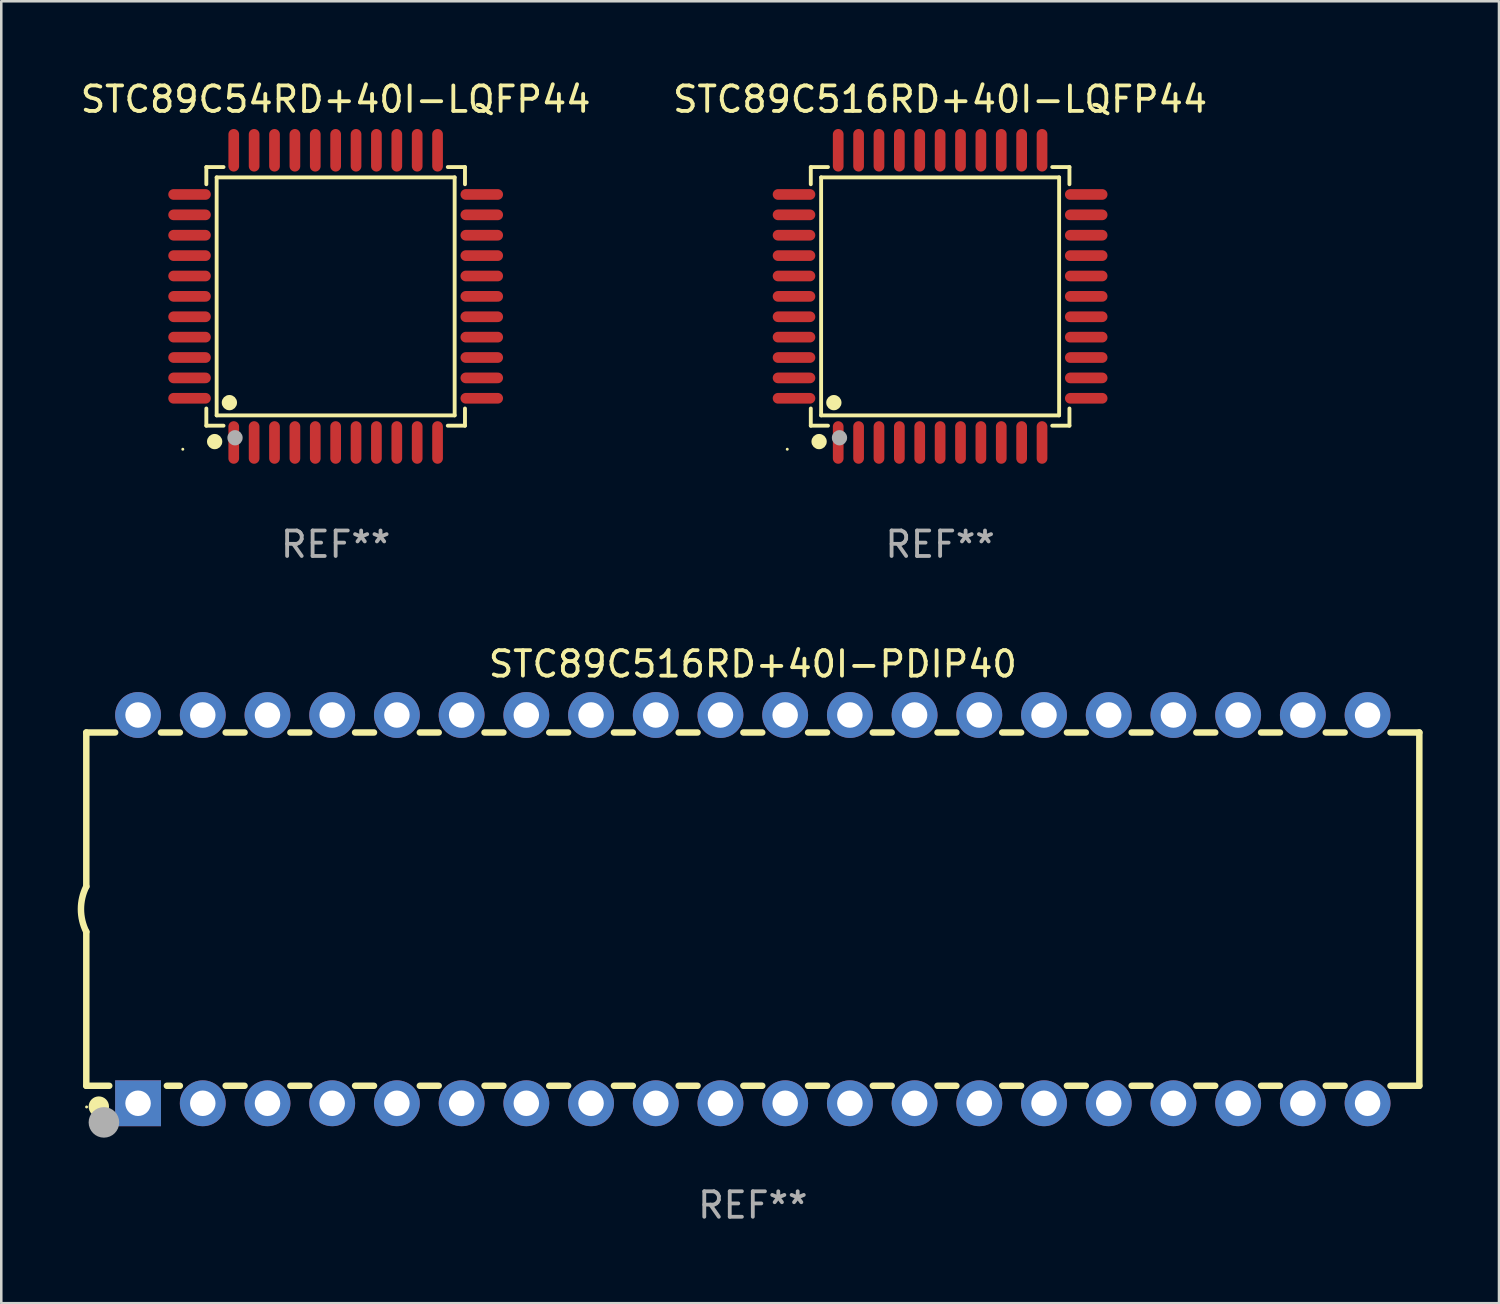
<source format=kicad_pcb>
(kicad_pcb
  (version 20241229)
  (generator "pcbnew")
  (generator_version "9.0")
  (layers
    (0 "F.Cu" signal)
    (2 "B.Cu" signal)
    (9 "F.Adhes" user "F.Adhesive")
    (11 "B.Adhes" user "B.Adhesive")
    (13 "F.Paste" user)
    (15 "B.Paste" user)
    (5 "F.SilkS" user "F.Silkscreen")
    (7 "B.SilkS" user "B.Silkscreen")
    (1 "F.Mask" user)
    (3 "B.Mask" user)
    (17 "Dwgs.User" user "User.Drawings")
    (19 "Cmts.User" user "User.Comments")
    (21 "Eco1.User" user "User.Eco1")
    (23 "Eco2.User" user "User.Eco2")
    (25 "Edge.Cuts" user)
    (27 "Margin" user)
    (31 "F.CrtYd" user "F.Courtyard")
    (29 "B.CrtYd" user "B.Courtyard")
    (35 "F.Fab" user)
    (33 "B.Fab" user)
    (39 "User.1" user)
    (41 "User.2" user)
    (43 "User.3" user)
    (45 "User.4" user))
  (footprint "STC89C516RD+40I-PDIP40"
    (layer "F.Cu")
    (at 26.499 32.635)
    (property "Reference" "STC89C516RD+40I-PDIP40" (at 0 -9.62 0) (layer "F.SilkS") (effects (font (size 1 1) (thickness 0.15))))
    (attr through_hole)
    (fp_line (start -26.162 -6.934) (end -26.162 -0.889) (stroke (width 0.254) (type solid)) (layer "F.SilkS"))
    (fp_line (start -26.162 -6.934) (end -25.029 -6.934) (stroke (width 0.254) (type solid)) (layer "F.SilkS"))
    (fp_line (start -26.162 6.934) (end -26.162 0.889) (stroke (width 0.254) (type solid)) (layer "F.SilkS"))
    (fp_line (start -26.162 6.934) (end -25.261 6.934) (stroke (width 0.254) (type solid)) (layer "F.SilkS"))
    (fp_line (start -23.231 -6.934) (end -22.489 -6.934) (stroke (width 0.254) (type solid)) (layer "F.SilkS"))
    (fp_line (start -22.999 6.934) (end -22.489 6.934) (stroke (width 0.254) (type solid)) (layer "F.SilkS"))
    (fp_line (start -20.691 -6.934) (end -19.949 -6.934) (stroke (width 0.254) (type solid)) (layer "F.SilkS"))
    (fp_line (start -20.691 6.934) (end -19.949 6.934) (stroke (width 0.254) (type solid)) (layer "F.SilkS"))
    (fp_line (start -18.151 -6.934) (end -17.409 -6.934) (stroke (width 0.254) (type solid)) (layer "F.SilkS"))
    (fp_line (start -18.151 6.934) (end -17.409 6.934) (stroke (width 0.254) (type solid)) (layer "F.SilkS"))
    (fp_line (start -15.611 -6.934) (end -14.869 -6.934) (stroke (width 0.254) (type solid)) (layer "F.SilkS"))
    (fp_line (start -15.611 6.934) (end -14.869 6.934) (stroke (width 0.254) (type solid)) (layer "F.SilkS"))
    (fp_line (start -13.071 -6.934) (end -12.329 -6.934) (stroke (width 0.254) (type solid)) (layer "F.SilkS"))
    (fp_line (start -13.071 6.934) (end -12.329 6.934) (stroke (width 0.254) (type solid)) (layer "F.SilkS"))
    (fp_line (start -10.531 -6.934) (end -9.789 -6.934) (stroke (width 0.254) (type solid)) (layer "F.SilkS"))
    (fp_line (start -10.531 6.934) (end -9.789 6.934) (stroke (width 0.254) (type solid)) (layer "F.SilkS"))
    (fp_line (start -7.991 -6.934) (end -7.249 -6.934) (stroke (width 0.254) (type solid)) (layer "F.SilkS"))
    (fp_line (start -7.991 6.934) (end -7.249 6.934) (stroke (width 0.254) (type solid)) (layer "F.SilkS"))
    (fp_line (start -5.451 -6.934) (end -4.709 -6.934) (stroke (width 0.254) (type solid)) (layer "F.SilkS"))
    (fp_line (start -5.451 6.934) (end -4.709 6.934) (stroke (width 0.254) (type solid)) (layer "F.SilkS"))
    (fp_line (start -2.911 -6.934) (end -2.169 -6.934) (stroke (width 0.254) (type solid)) (layer "F.SilkS"))
    (fp_line (start -2.911 6.934) (end -2.169 6.934) (stroke (width 0.254) (type solid)) (layer "F.SilkS"))
    (fp_line (start -0.371 -6.934) (end 0.371 -6.934) (stroke (width 0.254) (type solid)) (layer "F.SilkS"))
    (fp_line (start -0.371 6.934) (end 0.371 6.934) (stroke (width 0.254) (type solid)) (layer "F.SilkS"))
    (fp_line (start 2.169 -6.934) (end 2.911 -6.934) (stroke (width 0.254) (type solid)) (layer "F.SilkS"))
    (fp_line (start 2.169 6.934) (end 2.911 6.934) (stroke (width 0.254) (type solid)) (layer "F.SilkS"))
    (fp_line (start 4.709 -6.934) (end 5.451 -6.934) (stroke (width 0.254) (type solid)) (layer "F.SilkS"))
    (fp_line (start 4.709 6.934) (end 5.451 6.934) (stroke (width 0.254) (type solid)) (layer "F.SilkS"))
    (fp_line (start 7.249 -6.934) (end 7.991 -6.934) (stroke (width 0.254) (type solid)) (layer "F.SilkS"))
    (fp_line (start 7.249 6.934) (end 7.991 6.934) (stroke (width 0.254) (type solid)) (layer "F.SilkS"))
    (fp_line (start 9.789 -6.934) (end 10.531 -6.934) (stroke (width 0.254) (type solid)) (layer "F.SilkS"))
    (fp_line (start 9.789 6.934) (end 10.531 6.934) (stroke (width 0.254) (type solid)) (layer "F.SilkS"))
    (fp_line (start 12.329 -6.934) (end 13.071 -6.934) (stroke (width 0.254) (type solid)) (layer "F.SilkS"))
    (fp_line (start 12.329 6.934) (end 13.071 6.934) (stroke (width 0.254) (type solid)) (layer "F.SilkS"))
    (fp_line (start 14.869 -6.934) (end 15.611 -6.934) (stroke (width 0.254) (type solid)) (layer "F.SilkS"))
    (fp_line (start 14.869 6.934) (end 15.611 6.934) (stroke (width 0.254) (type solid)) (layer "F.SilkS"))
    (fp_line (start 17.409 -6.934) (end 18.151 -6.934) (stroke (width 0.254) (type solid)) (layer "F.SilkS"))
    (fp_line (start 17.409 6.934) (end 18.151 6.934) (stroke (width 0.254) (type solid)) (layer "F.SilkS"))
    (fp_line (start 19.949 -6.934) (end 20.691 -6.934) (stroke (width 0.254) (type solid)) (layer "F.SilkS"))
    (fp_line (start 19.949 6.934) (end 20.691 6.934) (stroke (width 0.254) (type solid)) (layer "F.SilkS"))
    (fp_line (start 22.489 -6.934) (end 23.231 -6.934) (stroke (width 0.254) (type solid)) (layer "F.SilkS"))
    (fp_line (start 22.489 6.934) (end 23.231 6.934) (stroke (width 0.254) (type solid)) (layer "F.SilkS"))
    (fp_line (start 25.029 -6.934) (end 26.162 -6.934) (stroke (width 0.254) (type solid)) (layer "F.SilkS"))
    (fp_line (start 25.029 6.934) (end 26.162 6.934) (stroke (width 0.254) (type solid)) (layer "F.SilkS"))
    (fp_line (start 26.162 -6.934) (end 26.162 6.934) (stroke (width 0.254) (type solid)) (layer "F.SilkS"))
    (fp_arc (start -26.162052 0.889001) (mid -26.371917 0) (end -26.162052 -0.889002) (stroke (width 0.254001) (type solid)) (layer "F.SilkS"))
    (fp_circle (center -26.15 7.765) (end -26.12 7.765) (stroke (width 0.06) (type solid)) (fill no) (layer "F.SilkS"))
    (fp_circle (center -25.67 7.75) (end -25.47 7.75) (stroke (width 0.4) (type solid)) (fill no) (layer "F.SilkS"))
    (fp_circle (center -25.47 8.37) (end -25.17 8.37) (stroke (width 0.6) (type solid)) (fill no) (layer "F.Fab"))
    (fp_text user "REF**" (at 0 11.62 0) (layer "F.Fab") (effects (font (size 1 1) (thickness 0.15))))
    (pad "1" thru_hole rect (at -24.13 7.62) (size 1.8 1.8) (drill 1) (layers "*.Cu" "*.Mask"))
    (pad "2" thru_hole circle (at -21.59 7.62) (size 1.8 1.8) (drill 1) (layers "*.Cu" "*.Mask"))
    (pad "3" thru_hole circle (at -19.05 7.62) (size 1.8 1.8) (drill 1) (layers "*.Cu" "*.Mask"))
    (pad "4" thru_hole circle (at -16.51 7.62) (size 1.8 1.8) (drill 1) (layers "*.Cu" "*.Mask"))
    (pad "5" thru_hole circle (at -13.97 7.62) (size 1.8 1.8) (drill 1) (layers "*.Cu" "*.Mask"))
    (pad "6" thru_hole circle (at -11.43 7.62) (size 1.8 1.8) (drill 1) (layers "*.Cu" "*.Mask"))
    (pad "7" thru_hole circle (at -8.89 7.62) (size 1.8 1.8) (drill 1) (layers "*.Cu" "*.Mask"))
    (pad "8" thru_hole circle (at -6.35 7.62) (size 1.8 1.8) (drill 1) (layers "*.Cu" "*.Mask"))
    (pad "9" thru_hole circle (at -3.81 7.62) (size 1.8 1.8) (drill 1) (layers "*.Cu" "*.Mask"))
    (pad "10" thru_hole circle (at -1.27 7.62) (size 1.8 1.8) (drill 1) (layers "*.Cu" "*.Mask"))
    (pad "11" thru_hole circle (at 1.27 7.62) (size 1.8 1.8) (drill 1) (layers "*.Cu" "*.Mask"))
    (pad "12" thru_hole circle (at 3.81 7.62) (size 1.8 1.8) (drill 1) (layers "*.Cu" "*.Mask"))
    (pad "13" thru_hole circle (at 6.35 7.62) (size 1.8 1.8) (drill 1) (layers "*.Cu" "*.Mask"))
    (pad "14" thru_hole circle (at 8.89 7.62) (size 1.8 1.8) (drill 1) (layers "*.Cu" "*.Mask"))
    (pad "15" thru_hole circle (at 11.43 7.62) (size 1.8 1.8) (drill 1) (layers "*.Cu" "*.Mask"))
    (pad "16" thru_hole circle (at 13.97 7.62) (size 1.8 1.8) (drill 1) (layers "*.Cu" "*.Mask"))
    (pad "17" thru_hole circle (at 16.51 7.62) (size 1.8 1.8) (drill 1) (layers "*.Cu" "*.Mask"))
    (pad "18" thru_hole circle (at 19.05 7.62) (size 1.8 1.8) (drill 1) (layers "*.Cu" "*.Mask"))
    (pad "19" thru_hole circle (at 21.59 7.62) (size 1.8 1.8) (drill 1) (layers "*.Cu" "*.Mask"))
    (pad "20" thru_hole circle (at 24.13 7.62) (size 1.8 1.8) (drill 1) (layers "*.Cu" "*.Mask"))
    (pad "21" thru_hole circle (at 24.13 -7.62) (size 1.8 1.8) (drill 1) (layers "*.Cu" "*.Mask"))
    (pad "22" thru_hole circle (at 21.59 -7.62) (size 1.8 1.8) (drill 1) (layers "*.Cu" "*.Mask"))
    (pad "23" thru_hole circle (at 19.05 -7.62) (size 1.8 1.8) (drill 1) (layers "*.Cu" "*.Mask"))
    (pad "24" thru_hole circle (at 16.51 -7.62) (size 1.8 1.8) (drill 1) (layers "*.Cu" "*.Mask"))
    (pad "25" thru_hole circle (at 13.97 -7.62) (size 1.8 1.8) (drill 1) (layers "*.Cu" "*.Mask"))
    (pad "26" thru_hole circle (at 11.43 -7.62) (size 1.8 1.8) (drill 1) (layers "*.Cu" "*.Mask"))
    (pad "27" thru_hole circle (at 8.89 -7.62) (size 1.8 1.8) (drill 1) (layers "*.Cu" "*.Mask"))
    (pad "28" thru_hole circle (at 6.35 -7.62) (size 1.8 1.8) (drill 1) (layers "*.Cu" "*.Mask"))
    (pad "29" thru_hole circle (at 3.81 -7.62) (size 1.8 1.8) (drill 1) (layers "*.Cu" "*.Mask"))
    (pad "30" thru_hole circle (at 1.27 -7.62) (size 1.8 1.8) (drill 1) (layers "*.Cu" "*.Mask"))
    (pad "31" thru_hole circle (at -1.27 -7.62) (size 1.8 1.8) (drill 1) (layers "*.Cu" "*.Mask"))
    (pad "32" thru_hole circle (at -3.81 -7.62) (size 1.8 1.8) (drill 1) (layers "*.Cu" "*.Mask"))
    (pad "33" thru_hole circle (at -6.35 -7.62) (size 1.8 1.8) (drill 1) (layers "*.Cu" "*.Mask"))
    (pad "34" thru_hole circle (at -8.89 -7.62) (size 1.8 1.8) (drill 1) (layers "*.Cu" "*.Mask"))
    (pad "35" thru_hole circle (at -11.43 -7.62) (size 1.8 1.8) (drill 1) (layers "*.Cu" "*.Mask"))
    (pad "36" thru_hole circle (at -13.97 -7.62) (size 1.8 1.8) (drill 1) (layers "*.Cu" "*.Mask"))
    (pad "37" thru_hole circle (at -16.51 -7.62) (size 1.8 1.8) (drill 1) (layers "*.Cu" "*.Mask"))
    (pad "38" thru_hole circle (at -19.05 -7.62) (size 1.8 1.8) (drill 1) (layers "*.Cu" "*.Mask"))
    (pad "39" thru_hole circle (at -21.59 -7.62) (size 1.8 1.8) (drill 1) (layers "*.Cu" "*.Mask"))
    (pad "40" thru_hole circle (at -24.13 -7.62) (size 1.8 1.8) (drill 1) (layers "*.Cu" "*.Mask")))
  (footprint "STC89C516RD+40I-LQFP44"
    (layer "F.Cu")
    (at 33.851 8.583)
    (property "Reference" "STC89C516RD+40I-LQFP44" (at 0 -7.735 0) (layer "F.SilkS") (effects (font (size 1 1) (thickness 0.15))))
    (attr through_hole)
    (fp_line (start -5.076 -5.076) (end -4.401 -5.076) (stroke (width 0.152) (type solid)) (layer "F.SilkS"))
    (fp_line (start -5.076 -4.401) (end -5.076 -5.076) (stroke (width 0.152) (type solid)) (layer "F.SilkS"))
    (fp_line (start -5.076 4.401) (end -5.076 5.076) (stroke (width 0.152) (type solid)) (layer "F.SilkS"))
    (fp_line (start -5.076 5.076) (end -4.401 5.076) (stroke (width 0.152) (type solid)) (layer "F.SilkS"))
    (fp_line (start -4.671 -4.671) (end 4.671 -4.671) (stroke (width 0.152) (type solid)) (layer "F.SilkS"))
    (fp_line (start -4.671 4.671) (end -4.671 -4.671) (stroke (width 0.152) (type solid)) (layer "F.SilkS"))
    (fp_line (start 4.671 -4.671) (end 4.671 4.671) (stroke (width 0.152) (type solid)) (layer "F.SilkS"))
    (fp_line (start 4.671 4.671) (end -4.671 4.671) (stroke (width 0.152) (type solid)) (layer "F.SilkS"))
    (fp_line (start 5.076 -5.076) (end 4.401 -5.076) (stroke (width 0.152) (type solid)) (layer "F.SilkS"))
    (fp_line (start 5.076 -4.401) (end 5.076 -5.076) (stroke (width 0.152) (type solid)) (layer "F.SilkS"))
    (fp_line (start 5.076 4.401) (end 5.076 5.076) (stroke (width 0.152) (type solid)) (layer "F.SilkS"))
    (fp_line (start 5.076 5.076) (end 4.401 5.076) (stroke (width 0.152) (type solid)) (layer "F.SilkS"))
    (fp_circle (center -6 6) (end -5.97 6) (stroke (width 0.06) (type solid)) (fill no) (layer "F.SilkS"))
    (fp_circle (center -4.75 5.7) (end -4.6 5.7) (stroke (width 0.3) (type solid)) (fill no) (layer "F.SilkS"))
    (fp_circle (center -4.171 4.171) (end -4.021 4.171) (stroke (width 0.3) (type solid)) (fill no) (layer "F.SilkS"))
    (fp_circle (center -3.95 5.55) (end -3.8 5.55) (stroke (width 0.3) (type solid)) (fill no) (layer "F.Fab"))
    (fp_text user "REF**" (at 0 9.735 0) (layer "F.Fab") (effects (font (size 1 1) (thickness 0.15))))
    (pad "1" smd oval (at -4 5.735) (size 0.42 1.67) (layers "F.Cu" "F.Mask" "F.Paste"))
    (pad "2" smd oval (at -3.2 5.735) (size 0.42 1.67) (layers "F.Cu" "F.Mask" "F.Paste"))
    (pad "3" smd oval (at -2.4 5.735) (size 0.42 1.67) (layers "F.Cu" "F.Mask" "F.Paste"))
    (pad "4" smd oval (at -1.6 5.735) (size 0.42 1.67) (layers "F.Cu" "F.Mask" "F.Paste"))
    (pad "5" smd oval (at -0.8 5.735) (size 0.42 1.67) (layers "F.Cu" "F.Mask" "F.Paste"))
    (pad "6" smd oval (at 0 5.735) (size 0.42 1.67) (layers "F.Cu" "F.Mask" "F.Paste"))
    (pad "7" smd oval (at 0.8 5.735) (size 0.42 1.67) (layers "F.Cu" "F.Mask" "F.Paste"))
    (pad "8" smd oval (at 1.6 5.735) (size 0.42 1.67) (layers "F.Cu" "F.Mask" "F.Paste"))
    (pad "9" smd oval (at 2.4 5.735) (size 0.42 1.67) (layers "F.Cu" "F.Mask" "F.Paste"))
    (pad "10" smd oval (at 3.2 5.735) (size 0.42 1.67) (layers "F.Cu" "F.Mask" "F.Paste"))
    (pad "11" smd oval (at 4 5.735) (size 0.42 1.67) (layers "F.Cu" "F.Mask" "F.Paste"))
    (pad "12" smd oval (at 5.735 4) (size 1.67 0.42) (layers "F.Cu" "F.Mask" "F.Paste"))
    (pad "13" smd oval (at 5.735 3.2) (size 1.67 0.42) (layers "F.Cu" "F.Mask" "F.Paste"))
    (pad "14" smd oval (at 5.735 2.4) (size 1.67 0.42) (layers "F.Cu" "F.Mask" "F.Paste"))
    (pad "15" smd oval (at 5.735 1.6) (size 1.67 0.42) (layers "F.Cu" "F.Mask" "F.Paste"))
    (pad "16" smd oval (at 5.735 0.8) (size 1.67 0.42) (layers "F.Cu" "F.Mask" "F.Paste"))
    (pad "17" smd oval (at 5.735 0) (size 1.67 0.42) (layers "F.Cu" "F.Mask" "F.Paste"))
    (pad "18" smd oval (at 5.735 -0.8) (size 1.67 0.42) (layers "F.Cu" "F.Mask" "F.Paste"))
    (pad "19" smd oval (at 5.735 -1.6) (size 1.67 0.42) (layers "F.Cu" "F.Mask" "F.Paste"))
    (pad "20" smd oval (at 5.735 -2.4) (size 1.67 0.42) (layers "F.Cu" "F.Mask" "F.Paste"))
    (pad "21" smd oval (at 5.735 -3.2) (size 1.67 0.42) (layers "F.Cu" "F.Mask" "F.Paste"))
    (pad "22" smd oval (at 5.735 -4) (size 1.67 0.42) (layers "F.Cu" "F.Mask" "F.Paste"))
    (pad "23" smd oval (at 4 -5.735) (size 0.42 1.67) (layers "F.Cu" "F.Mask" "F.Paste"))
    (pad "24" smd oval (at 3.2 -5.735) (size 0.42 1.67) (layers "F.Cu" "F.Mask" "F.Paste"))
    (pad "25" smd oval (at 2.4 -5.735) (size 0.42 1.67) (layers "F.Cu" "F.Mask" "F.Paste"))
    (pad "26" smd oval (at 1.6 -5.735) (size 0.42 1.67) (layers "F.Cu" "F.Mask" "F.Paste"))
    (pad "27" smd oval (at 0.8 -5.735) (size 0.42 1.67) (layers "F.Cu" "F.Mask" "F.Paste"))
    (pad "28" smd oval (at 0 -5.735) (size 0.42 1.67) (layers "F.Cu" "F.Mask" "F.Paste"))
    (pad "29" smd oval (at -0.8 -5.735) (size 0.42 1.67) (layers "F.Cu" "F.Mask" "F.Paste"))
    (pad "30" smd oval (at -1.6 -5.735) (size 0.42 1.67) (layers "F.Cu" "F.Mask" "F.Paste"))
    (pad "31" smd oval (at -2.4 -5.735) (size 0.42 1.67) (layers "F.Cu" "F.Mask" "F.Paste"))
    (pad "32" smd oval (at -3.2 -5.735) (size 0.42 1.67) (layers "F.Cu" "F.Mask" "F.Paste"))
    (pad "33" smd oval (at -4 -5.735) (size 0.42 1.67) (layers "F.Cu" "F.Mask" "F.Paste"))
    (pad "34" smd oval (at -5.735 -4) (size 1.67 0.42) (layers "F.Cu" "F.Mask" "F.Paste"))
    (pad "35" smd oval (at -5.735 -3.2) (size 1.67 0.42) (layers "F.Cu" "F.Mask" "F.Paste"))
    (pad "36" smd oval (at -5.735 -2.4) (size 1.67 0.42) (layers "F.Cu" "F.Mask" "F.Paste"))
    (pad "37" smd oval (at -5.735 -1.6) (size 1.67 0.42) (layers "F.Cu" "F.Mask" "F.Paste"))
    (pad "38" smd oval (at -5.735 -0.8) (size 1.67 0.42) (layers "F.Cu" "F.Mask" "F.Paste"))
    (pad "39" smd oval (at -5.735 0) (size 1.67 0.42) (layers "F.Cu" "F.Mask" "F.Paste"))
    (pad "40" smd oval (at -5.735 0.8) (size 1.67 0.42) (layers "F.Cu" "F.Mask" "F.Paste"))
    (pad "41" smd oval (at -5.735 1.6) (size 1.67 0.42) (layers "F.Cu" "F.Mask" "F.Paste"))
    (pad "42" smd oval (at -5.735 2.4) (size 1.67 0.42) (layers "F.Cu" "F.Mask" "F.Paste"))
    (pad "43" smd oval (at -5.735 3.2) (size 1.67 0.42) (layers "F.Cu" "F.Mask" "F.Paste"))
    (pad "44" smd oval (at -5.735 4) (size 1.67 0.42) (layers "F.Cu" "F.Mask" "F.Paste")))
  (footprint "STC89C54RD+40I-LQFP44"
    (layer "F.Cu")
    (at 10.125 8.583)
    (property "Reference" "STC89C54RD+40I-LQFP44" (at 0 -7.735 0) (layer "F.SilkS") (effects (font (size 1 1) (thickness 0.15))))
    (attr through_hole)
    (fp_line (start -5.076 -5.076) (end -4.401 -5.076) (stroke (width 0.152) (type solid)) (layer "F.SilkS"))
    (fp_line (start -5.076 -4.401) (end -5.076 -5.076) (stroke (width 0.152) (type solid)) (layer "F.SilkS"))
    (fp_line (start -5.076 4.401) (end -5.076 5.076) (stroke (width 0.152) (type solid)) (layer "F.SilkS"))
    (fp_line (start -5.076 5.076) (end -4.401 5.076) (stroke (width 0.152) (type solid)) (layer "F.SilkS"))
    (fp_line (start -4.671 -4.671) (end 4.671 -4.671) (stroke (width 0.152) (type solid)) (layer "F.SilkS"))
    (fp_line (start -4.671 4.671) (end -4.671 -4.671) (stroke (width 0.152) (type solid)) (layer "F.SilkS"))
    (fp_line (start 4.671 -4.671) (end 4.671 4.671) (stroke (width 0.152) (type solid)) (layer "F.SilkS"))
    (fp_line (start 4.671 4.671) (end -4.671 4.671) (stroke (width 0.152) (type solid)) (layer "F.SilkS"))
    (fp_line (start 5.076 -5.076) (end 4.401 -5.076) (stroke (width 0.152) (type solid)) (layer "F.SilkS"))
    (fp_line (start 5.076 -4.401) (end 5.076 -5.076) (stroke (width 0.152) (type solid)) (layer "F.SilkS"))
    (fp_line (start 5.076 4.401) (end 5.076 5.076) (stroke (width 0.152) (type solid)) (layer "F.SilkS"))
    (fp_line (start 5.076 5.076) (end 4.401 5.076) (stroke (width 0.152) (type solid)) (layer "F.SilkS"))
    (fp_circle (center -6 6) (end -5.97 6) (stroke (width 0.06) (type solid)) (fill no) (layer "F.SilkS"))
    (fp_circle (center -4.75 5.7) (end -4.6 5.7) (stroke (width 0.3) (type solid)) (fill no) (layer "F.SilkS"))
    (fp_circle (center -4.171 4.171) (end -4.021 4.171) (stroke (width 0.3) (type solid)) (fill no) (layer "F.SilkS"))
    (fp_circle (center -3.95 5.55) (end -3.8 5.55) (stroke (width 0.3) (type solid)) (fill no) (layer "F.Fab"))
    (fp_text user "REF**" (at 0 9.735 0) (layer "F.Fab") (effects (font (size 1 1) (thickness 0.15))))
    (pad "1" smd oval (at -4 5.735) (size 0.42 1.67) (layers "F.Cu" "F.Mask" "F.Paste"))
    (pad "2" smd oval (at -3.2 5.735) (size 0.42 1.67) (layers "F.Cu" "F.Mask" "F.Paste"))
    (pad "3" smd oval (at -2.4 5.735) (size 0.42 1.67) (layers "F.Cu" "F.Mask" "F.Paste"))
    (pad "4" smd oval (at -1.6 5.735) (size 0.42 1.67) (layers "F.Cu" "F.Mask" "F.Paste"))
    (pad "5" smd oval (at -0.8 5.735) (size 0.42 1.67) (layers "F.Cu" "F.Mask" "F.Paste"))
    (pad "6" smd oval (at 0 5.735) (size 0.42 1.67) (layers "F.Cu" "F.Mask" "F.Paste"))
    (pad "7" smd oval (at 0.8 5.735) (size 0.42 1.67) (layers "F.Cu" "F.Mask" "F.Paste"))
    (pad "8" smd oval (at 1.6 5.735) (size 0.42 1.67) (layers "F.Cu" "F.Mask" "F.Paste"))
    (pad "9" smd oval (at 2.4 5.735) (size 0.42 1.67) (layers "F.Cu" "F.Mask" "F.Paste"))
    (pad "10" smd oval (at 3.2 5.735) (size 0.42 1.67) (layers "F.Cu" "F.Mask" "F.Paste"))
    (pad "11" smd oval (at 4 5.735) (size 0.42 1.67) (layers "F.Cu" "F.Mask" "F.Paste"))
    (pad "12" smd oval (at 5.735 4) (size 1.67 0.42) (layers "F.Cu" "F.Mask" "F.Paste"))
    (pad "13" smd oval (at 5.735 3.2) (size 1.67 0.42) (layers "F.Cu" "F.Mask" "F.Paste"))
    (pad "14" smd oval (at 5.735 2.4) (size 1.67 0.42) (layers "F.Cu" "F.Mask" "F.Paste"))
    (pad "15" smd oval (at 5.735 1.6) (size 1.67 0.42) (layers "F.Cu" "F.Mask" "F.Paste"))
    (pad "16" smd oval (at 5.735 0.8) (size 1.67 0.42) (layers "F.Cu" "F.Mask" "F.Paste"))
    (pad "17" smd oval (at 5.735 0) (size 1.67 0.42) (layers "F.Cu" "F.Mask" "F.Paste"))
    (pad "18" smd oval (at 5.735 -0.8) (size 1.67 0.42) (layers "F.Cu" "F.Mask" "F.Paste"))
    (pad "19" smd oval (at 5.735 -1.6) (size 1.67 0.42) (layers "F.Cu" "F.Mask" "F.Paste"))
    (pad "20" smd oval (at 5.735 -2.4) (size 1.67 0.42) (layers "F.Cu" "F.Mask" "F.Paste"))
    (pad "21" smd oval (at 5.735 -3.2) (size 1.67 0.42) (layers "F.Cu" "F.Mask" "F.Paste"))
    (pad "22" smd oval (at 5.735 -4) (size 1.67 0.42) (layers "F.Cu" "F.Mask" "F.Paste"))
    (pad "23" smd oval (at 4 -5.735) (size 0.42 1.67) (layers "F.Cu" "F.Mask" "F.Paste"))
    (pad "24" smd oval (at 3.2 -5.735) (size 0.42 1.67) (layers "F.Cu" "F.Mask" "F.Paste"))
    (pad "25" smd oval (at 2.4 -5.735) (size 0.42 1.67) (layers "F.Cu" "F.Mask" "F.Paste"))
    (pad "26" smd oval (at 1.6 -5.735) (size 0.42 1.67) (layers "F.Cu" "F.Mask" "F.Paste"))
    (pad "27" smd oval (at 0.8 -5.735) (size 0.42 1.67) (layers "F.Cu" "F.Mask" "F.Paste"))
    (pad "28" smd oval (at 0 -5.735) (size 0.42 1.67) (layers "F.Cu" "F.Mask" "F.Paste"))
    (pad "29" smd oval (at -0.8 -5.735) (size 0.42 1.67) (layers "F.Cu" "F.Mask" "F.Paste"))
    (pad "30" smd oval (at -1.6 -5.735) (size 0.42 1.67) (layers "F.Cu" "F.Mask" "F.Paste"))
    (pad "31" smd oval (at -2.4 -5.735) (size 0.42 1.67) (layers "F.Cu" "F.Mask" "F.Paste"))
    (pad "32" smd oval (at -3.2 -5.735) (size 0.42 1.67) (layers "F.Cu" "F.Mask" "F.Paste"))
    (pad "33" smd oval (at -4 -5.735) (size 0.42 1.67) (layers "F.Cu" "F.Mask" "F.Paste"))
    (pad "34" smd oval (at -5.735 -4) (size 1.67 0.42) (layers "F.Cu" "F.Mask" "F.Paste"))
    (pad "35" smd oval (at -5.735 -3.2) (size 1.67 0.42) (layers "F.Cu" "F.Mask" "F.Paste"))
    (pad "36" smd oval (at -5.735 -2.4) (size 1.67 0.42) (layers "F.Cu" "F.Mask" "F.Paste"))
    (pad "37" smd oval (at -5.735 -1.6) (size 1.67 0.42) (layers "F.Cu" "F.Mask" "F.Paste"))
    (pad "38" smd oval (at -5.735 -0.8) (size 1.67 0.42) (layers "F.Cu" "F.Mask" "F.Paste"))
    (pad "39" smd oval (at -5.735 0) (size 1.67 0.42) (layers "F.Cu" "F.Mask" "F.Paste"))
    (pad "40" smd oval (at -5.735 0.8) (size 1.67 0.42) (layers "F.Cu" "F.Mask" "F.Paste"))
    (pad "41" smd oval (at -5.735 1.6) (size 1.67 0.42) (layers "F.Cu" "F.Mask" "F.Paste"))
    (pad "42" smd oval (at -5.735 2.4) (size 1.67 0.42) (layers "F.Cu" "F.Mask" "F.Paste"))
    (pad "43" smd oval (at -5.735 3.2) (size 1.67 0.42) (layers "F.Cu" "F.Mask" "F.Paste"))
    (pad "44" smd oval (at -5.735 4) (size 1.67 0.42) (layers "F.Cu" "F.Mask" "F.Paste")))
  (gr_rect
    (start -3 -3)
    (end 55.788 48.103)
    (stroke (width 0.1) (type default))
    (fill no)
    (layer "Edge.Cuts")))
</source>
